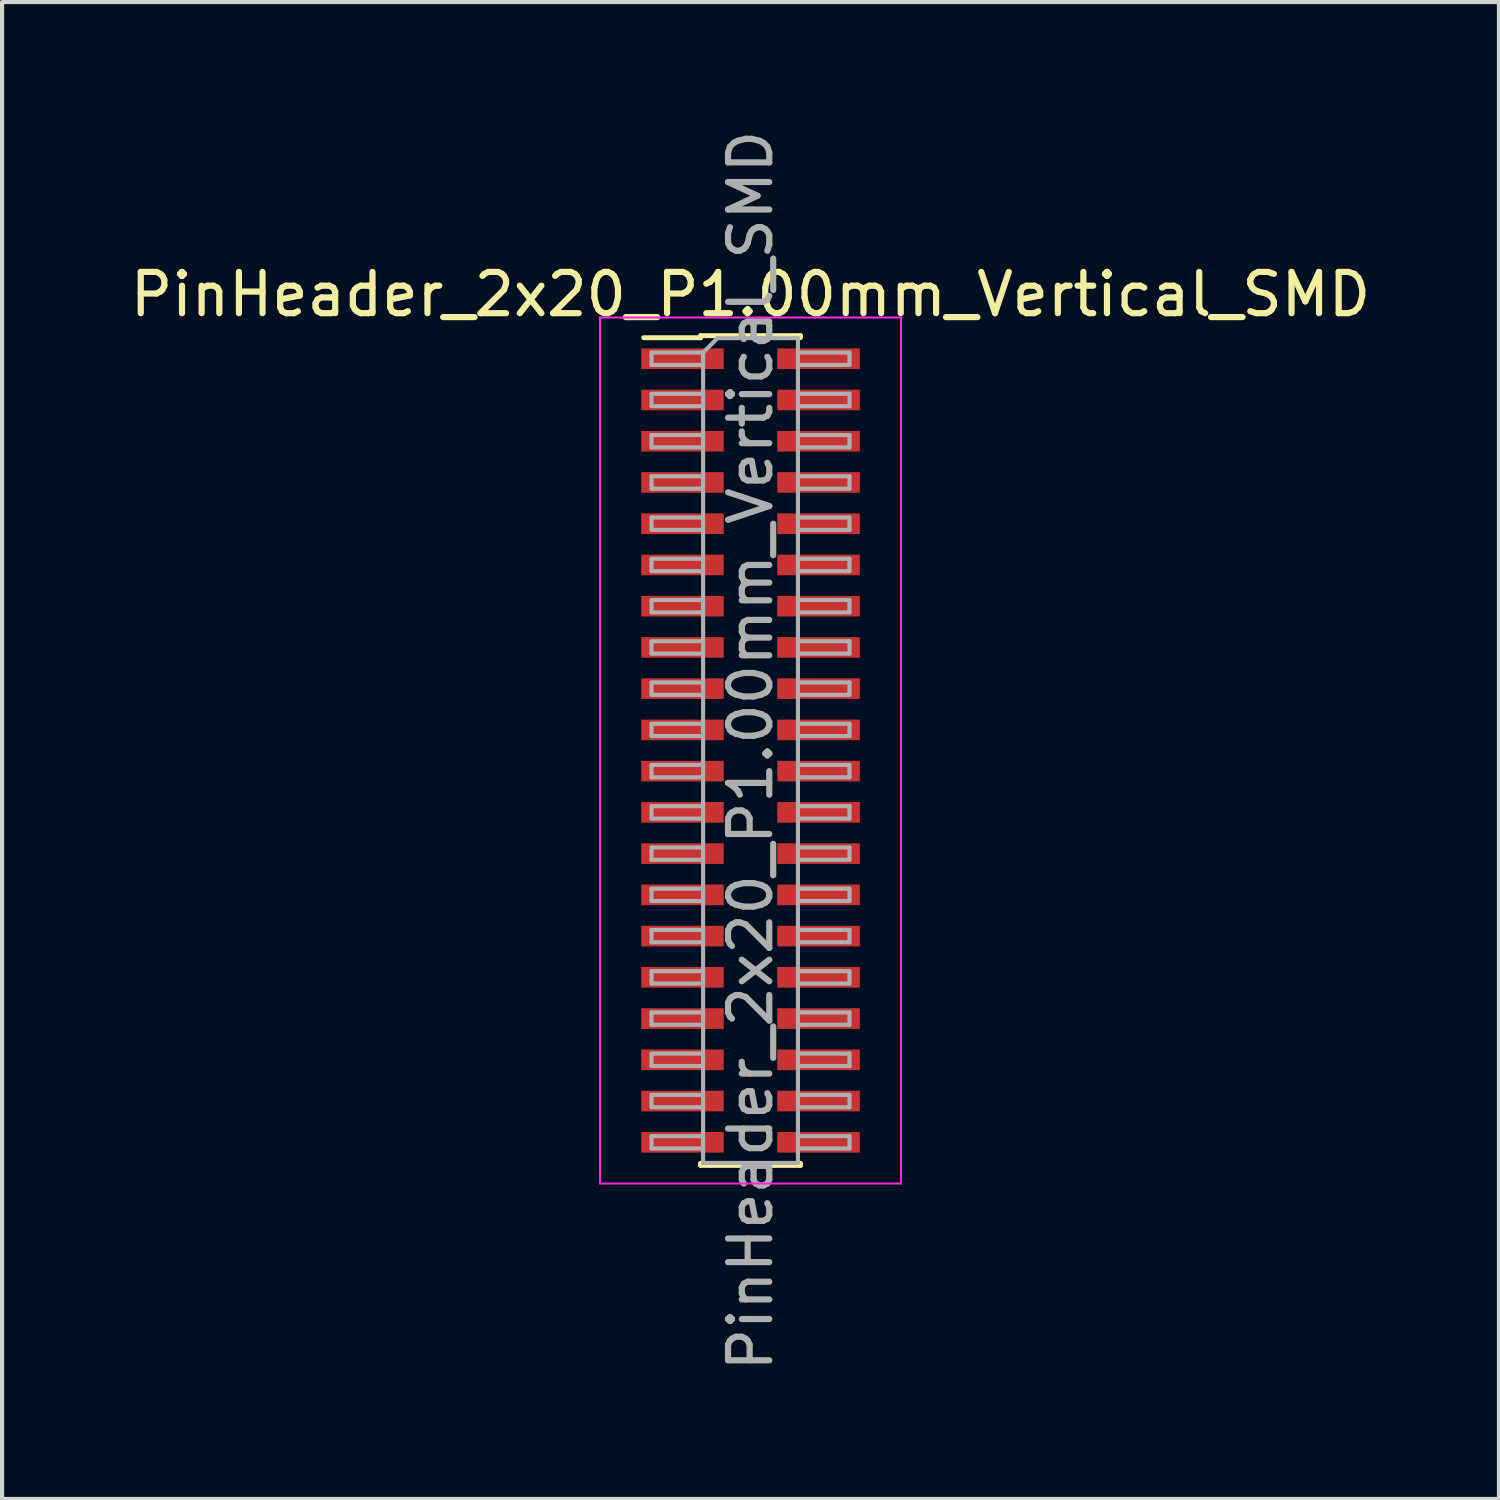
<source format=kicad_pcb>
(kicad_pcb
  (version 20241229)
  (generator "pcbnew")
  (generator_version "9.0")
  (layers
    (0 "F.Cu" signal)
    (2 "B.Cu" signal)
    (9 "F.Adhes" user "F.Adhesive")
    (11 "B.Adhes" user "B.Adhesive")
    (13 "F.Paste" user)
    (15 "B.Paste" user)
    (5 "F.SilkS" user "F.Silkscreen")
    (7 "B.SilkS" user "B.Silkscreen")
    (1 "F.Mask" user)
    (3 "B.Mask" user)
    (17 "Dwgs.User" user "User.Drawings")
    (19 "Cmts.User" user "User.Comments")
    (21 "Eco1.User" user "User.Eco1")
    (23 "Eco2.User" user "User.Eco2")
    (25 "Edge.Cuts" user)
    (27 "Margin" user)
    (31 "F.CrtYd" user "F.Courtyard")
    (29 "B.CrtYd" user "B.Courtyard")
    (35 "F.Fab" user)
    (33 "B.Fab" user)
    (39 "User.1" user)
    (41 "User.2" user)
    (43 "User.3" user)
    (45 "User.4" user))
  (footprint "PinHeader_2x20_P1.00mm_Vertical_SMD"
    (layer "F.Cu")
    (at 15.149 15.149)
    (property "Reference" "PinHeader_2x20_P1.00mm_Vertical_SMD" (at 0 -11.06 0) (layer "F.SilkS") (effects (font (size 1 1) (thickness 0.15))))
    (attr smd)
    (fp_line (start -2.59 -10.01) (end -1.21 -10.01) (stroke (width 0.12) (type solid)) (layer "F.SilkS"))
    (fp_line (start -1.21 -10.06) (end -1.21 -10.01) (stroke (width 0.12) (type solid)) (layer "F.SilkS"))
    (fp_line (start -1.21 -10.06) (end 1.21 -10.06) (stroke (width 0.12) (type solid)) (layer "F.SilkS"))
    (fp_line (start -1.21 10.01) (end -1.21 10.06) (stroke (width 0.12) (type solid)) (layer "F.SilkS"))
    (fp_line (start -1.21 10.06) (end 1.21 10.06) (stroke (width 0.12) (type solid)) (layer "F.SilkS"))
    (fp_line (start 1.21 -10.06) (end 1.21 -10.01) (stroke (width 0.12) (type solid)) (layer "F.SilkS"))
    (fp_line (start 1.21 10.01) (end 1.21 10.06) (stroke (width 0.12) (type solid)) (layer "F.SilkS"))
    (fp_line (start -3.65 -10.5) (end -3.65 10.5) (stroke (width 0.05) (type solid)) (layer "F.CrtYd"))
    (fp_line (start -3.65 10.5) (end 3.65 10.5) (stroke (width 0.05) (type solid)) (layer "F.CrtYd"))
    (fp_line (start 3.65 -10.5) (end -3.65 -10.5) (stroke (width 0.05) (type solid)) (layer "F.CrtYd"))
    (fp_line (start 3.65 10.5) (end 3.65 -10.5) (stroke (width 0.05) (type solid)) (layer "F.CrtYd"))
    (fp_line (start -2.4 -9.65) (end -2.4 -9.35) (stroke (width 0.1) (type solid)) (layer "F.Fab"))
    (fp_line (start -2.4 -9.35) (end -1.15 -9.35) (stroke (width 0.1) (type solid)) (layer "F.Fab"))
    (fp_line (start -2.4 -8.65) (end -2.4 -8.35) (stroke (width 0.1) (type solid)) (layer "F.Fab"))
    (fp_line (start -2.4 -8.35) (end -1.15 -8.35) (stroke (width 0.1) (type solid)) (layer "F.Fab"))
    (fp_line (start -2.4 -7.65) (end -2.4 -7.35) (stroke (width 0.1) (type solid)) (layer "F.Fab"))
    (fp_line (start -2.4 -7.35) (end -1.15 -7.35) (stroke (width 0.1) (type solid)) (layer "F.Fab"))
    (fp_line (start -2.4 -6.65) (end -2.4 -6.35) (stroke (width 0.1) (type solid)) (layer "F.Fab"))
    (fp_line (start -2.4 -6.35) (end -1.15 -6.35) (stroke (width 0.1) (type solid)) (layer "F.Fab"))
    (fp_line (start -2.4 -5.65) (end -2.4 -5.35) (stroke (width 0.1) (type solid)) (layer "F.Fab"))
    (fp_line (start -2.4 -5.35) (end -1.15 -5.35) (stroke (width 0.1) (type solid)) (layer "F.Fab"))
    (fp_line (start -2.4 -4.65) (end -2.4 -4.35) (stroke (width 0.1) (type solid)) (layer "F.Fab"))
    (fp_line (start -2.4 -4.35) (end -1.15 -4.35) (stroke (width 0.1) (type solid)) (layer "F.Fab"))
    (fp_line (start -2.4 -3.65) (end -2.4 -3.35) (stroke (width 0.1) (type solid)) (layer "F.Fab"))
    (fp_line (start -2.4 -3.35) (end -1.15 -3.35) (stroke (width 0.1) (type solid)) (layer "F.Fab"))
    (fp_line (start -2.4 -2.65) (end -2.4 -2.35) (stroke (width 0.1) (type solid)) (layer "F.Fab"))
    (fp_line (start -2.4 -2.35) (end -1.15 -2.35) (stroke (width 0.1) (type solid)) (layer "F.Fab"))
    (fp_line (start -2.4 -1.65) (end -2.4 -1.35) (stroke (width 0.1) (type solid)) (layer "F.Fab"))
    (fp_line (start -2.4 -1.35) (end -1.15 -1.35) (stroke (width 0.1) (type solid)) (layer "F.Fab"))
    (fp_line (start -2.4 -0.65) (end -2.4 -0.35) (stroke (width 0.1) (type solid)) (layer "F.Fab"))
    (fp_line (start -2.4 -0.35) (end -1.15 -0.35) (stroke (width 0.1) (type solid)) (layer "F.Fab"))
    (fp_line (start -2.4 0.35) (end -2.4 0.65) (stroke (width 0.1) (type solid)) (layer "F.Fab"))
    (fp_line (start -2.4 0.65) (end -1.15 0.65) (stroke (width 0.1) (type solid)) (layer "F.Fab"))
    (fp_line (start -2.4 1.35) (end -2.4 1.65) (stroke (width 0.1) (type solid)) (layer "F.Fab"))
    (fp_line (start -2.4 1.65) (end -1.15 1.65) (stroke (width 0.1) (type solid)) (layer "F.Fab"))
    (fp_line (start -2.4 2.35) (end -2.4 2.65) (stroke (width 0.1) (type solid)) (layer "F.Fab"))
    (fp_line (start -2.4 2.65) (end -1.15 2.65) (stroke (width 0.1) (type solid)) (layer "F.Fab"))
    (fp_line (start -2.4 3.35) (end -2.4 3.65) (stroke (width 0.1) (type solid)) (layer "F.Fab"))
    (fp_line (start -2.4 3.65) (end -1.15 3.65) (stroke (width 0.1) (type solid)) (layer "F.Fab"))
    (fp_line (start -2.4 4.35) (end -2.4 4.65) (stroke (width 0.1) (type solid)) (layer "F.Fab"))
    (fp_line (start -2.4 4.65) (end -1.15 4.65) (stroke (width 0.1) (type solid)) (layer "F.Fab"))
    (fp_line (start -2.4 5.35) (end -2.4 5.65) (stroke (width 0.1) (type solid)) (layer "F.Fab"))
    (fp_line (start -2.4 5.65) (end -1.15 5.65) (stroke (width 0.1) (type solid)) (layer "F.Fab"))
    (fp_line (start -2.4 6.35) (end -2.4 6.65) (stroke (width 0.1) (type solid)) (layer "F.Fab"))
    (fp_line (start -2.4 6.65) (end -1.15 6.65) (stroke (width 0.1) (type solid)) (layer "F.Fab"))
    (fp_line (start -2.4 7.35) (end -2.4 7.65) (stroke (width 0.1) (type solid)) (layer "F.Fab"))
    (fp_line (start -2.4 7.65) (end -1.15 7.65) (stroke (width 0.1) (type solid)) (layer "F.Fab"))
    (fp_line (start -2.4 8.35) (end -2.4 8.65) (stroke (width 0.1) (type solid)) (layer "F.Fab"))
    (fp_line (start -2.4 8.65) (end -1.15 8.65) (stroke (width 0.1) (type solid)) (layer "F.Fab"))
    (fp_line (start -2.4 9.35) (end -2.4 9.65) (stroke (width 0.1) (type solid)) (layer "F.Fab"))
    (fp_line (start -2.4 9.65) (end -1.15 9.65) (stroke (width 0.1) (type solid)) (layer "F.Fab"))
    (fp_line (start -1.15 -9.65) (end -2.4 -9.65) (stroke (width 0.1) (type solid)) (layer "F.Fab"))
    (fp_line (start -1.15 -9.65) (end -0.8 -10) (stroke (width 0.1) (type solid)) (layer "F.Fab"))
    (fp_line (start -1.15 -8.65) (end -2.4 -8.65) (stroke (width 0.1) (type solid)) (layer "F.Fab"))
    (fp_line (start -1.15 -7.65) (end -2.4 -7.65) (stroke (width 0.1) (type solid)) (layer "F.Fab"))
    (fp_line (start -1.15 -6.65) (end -2.4 -6.65) (stroke (width 0.1) (type solid)) (layer "F.Fab"))
    (fp_line (start -1.15 -5.65) (end -2.4 -5.65) (stroke (width 0.1) (type solid)) (layer "F.Fab"))
    (fp_line (start -1.15 -4.65) (end -2.4 -4.65) (stroke (width 0.1) (type solid)) (layer "F.Fab"))
    (fp_line (start -1.15 -3.65) (end -2.4 -3.65) (stroke (width 0.1) (type solid)) (layer "F.Fab"))
    (fp_line (start -1.15 -2.65) (end -2.4 -2.65) (stroke (width 0.1) (type solid)) (layer "F.Fab"))
    (fp_line (start -1.15 -1.65) (end -2.4 -1.65) (stroke (width 0.1) (type solid)) (layer "F.Fab"))
    (fp_line (start -1.15 -0.65) (end -2.4 -0.65) (stroke (width 0.1) (type solid)) (layer "F.Fab"))
    (fp_line (start -1.15 0.35) (end -2.4 0.35) (stroke (width 0.1) (type solid)) (layer "F.Fab"))
    (fp_line (start -1.15 1.35) (end -2.4 1.35) (stroke (width 0.1) (type solid)) (layer "F.Fab"))
    (fp_line (start -1.15 2.35) (end -2.4 2.35) (stroke (width 0.1) (type solid)) (layer "F.Fab"))
    (fp_line (start -1.15 3.35) (end -2.4 3.35) (stroke (width 0.1) (type solid)) (layer "F.Fab"))
    (fp_line (start -1.15 4.35) (end -2.4 4.35) (stroke (width 0.1) (type solid)) (layer "F.Fab"))
    (fp_line (start -1.15 5.35) (end -2.4 5.35) (stroke (width 0.1) (type solid)) (layer "F.Fab"))
    (fp_line (start -1.15 6.35) (end -2.4 6.35) (stroke (width 0.1) (type solid)) (layer "F.Fab"))
    (fp_line (start -1.15 7.35) (end -2.4 7.35) (stroke (width 0.1) (type solid)) (layer "F.Fab"))
    (fp_line (start -1.15 8.35) (end -2.4 8.35) (stroke (width 0.1) (type solid)) (layer "F.Fab"))
    (fp_line (start -1.15 9.35) (end -2.4 9.35) (stroke (width 0.1) (type solid)) (layer "F.Fab"))
    (fp_line (start -1.15 10) (end -1.15 -9.65) (stroke (width 0.1) (type solid)) (layer "F.Fab"))
    (fp_line (start -0.8 -10) (end 1.15 -10) (stroke (width 0.1) (type solid)) (layer "F.Fab"))
    (fp_line (start 1.15 -10) (end 1.15 10) (stroke (width 0.1) (type solid)) (layer "F.Fab"))
    (fp_line (start 1.15 -9.65) (end 2.4 -9.65) (stroke (width 0.1) (type solid)) (layer "F.Fab"))
    (fp_line (start 1.15 -8.65) (end 2.4 -8.65) (stroke (width 0.1) (type solid)) (layer "F.Fab"))
    (fp_line (start 1.15 -7.65) (end 2.4 -7.65) (stroke (width 0.1) (type solid)) (layer "F.Fab"))
    (fp_line (start 1.15 -6.65) (end 2.4 -6.65) (stroke (width 0.1) (type solid)) (layer "F.Fab"))
    (fp_line (start 1.15 -5.65) (end 2.4 -5.65) (stroke (width 0.1) (type solid)) (layer "F.Fab"))
    (fp_line (start 1.15 -4.65) (end 2.4 -4.65) (stroke (width 0.1) (type solid)) (layer "F.Fab"))
    (fp_line (start 1.15 -3.65) (end 2.4 -3.65) (stroke (width 0.1) (type solid)) (layer "F.Fab"))
    (fp_line (start 1.15 -2.65) (end 2.4 -2.65) (stroke (width 0.1) (type solid)) (layer "F.Fab"))
    (fp_line (start 1.15 -1.65) (end 2.4 -1.65) (stroke (width 0.1) (type solid)) (layer "F.Fab"))
    (fp_line (start 1.15 -0.65) (end 2.4 -0.65) (stroke (width 0.1) (type solid)) (layer "F.Fab"))
    (fp_line (start 1.15 0.35) (end 2.4 0.35) (stroke (width 0.1) (type solid)) (layer "F.Fab"))
    (fp_line (start 1.15 1.35) (end 2.4 1.35) (stroke (width 0.1) (type solid)) (layer "F.Fab"))
    (fp_line (start 1.15 2.35) (end 2.4 2.35) (stroke (width 0.1) (type solid)) (layer "F.Fab"))
    (fp_line (start 1.15 3.35) (end 2.4 3.35) (stroke (width 0.1) (type solid)) (layer "F.Fab"))
    (fp_line (start 1.15 4.35) (end 2.4 4.35) (stroke (width 0.1) (type solid)) (layer "F.Fab"))
    (fp_line (start 1.15 5.35) (end 2.4 5.35) (stroke (width 0.1) (type solid)) (layer "F.Fab"))
    (fp_line (start 1.15 6.35) (end 2.4 6.35) (stroke (width 0.1) (type solid)) (layer "F.Fab"))
    (fp_line (start 1.15 7.35) (end 2.4 7.35) (stroke (width 0.1) (type solid)) (layer "F.Fab"))
    (fp_line (start 1.15 8.35) (end 2.4 8.35) (stroke (width 0.1) (type solid)) (layer "F.Fab"))
    (fp_line (start 1.15 9.35) (end 2.4 9.35) (stroke (width 0.1) (type solid)) (layer "F.Fab"))
    (fp_line (start 1.15 10) (end -1.15 10) (stroke (width 0.1) (type solid)) (layer "F.Fab"))
    (fp_line (start 2.4 -9.65) (end 2.4 -9.35) (stroke (width 0.1) (type solid)) (layer "F.Fab"))
    (fp_line (start 2.4 -9.35) (end 1.15 -9.35) (stroke (width 0.1) (type solid)) (layer "F.Fab"))
    (fp_line (start 2.4 -8.65) (end 2.4 -8.35) (stroke (width 0.1) (type solid)) (layer "F.Fab"))
    (fp_line (start 2.4 -8.35) (end 1.15 -8.35) (stroke (width 0.1) (type solid)) (layer "F.Fab"))
    (fp_line (start 2.4 -7.65) (end 2.4 -7.35) (stroke (width 0.1) (type solid)) (layer "F.Fab"))
    (fp_line (start 2.4 -7.35) (end 1.15 -7.35) (stroke (width 0.1) (type solid)) (layer "F.Fab"))
    (fp_line (start 2.4 -6.65) (end 2.4 -6.35) (stroke (width 0.1) (type solid)) (layer "F.Fab"))
    (fp_line (start 2.4 -6.35) (end 1.15 -6.35) (stroke (width 0.1) (type solid)) (layer "F.Fab"))
    (fp_line (start 2.4 -5.65) (end 2.4 -5.35) (stroke (width 0.1) (type solid)) (layer "F.Fab"))
    (fp_line (start 2.4 -5.35) (end 1.15 -5.35) (stroke (width 0.1) (type solid)) (layer "F.Fab"))
    (fp_line (start 2.4 -4.65) (end 2.4 -4.35) (stroke (width 0.1) (type solid)) (layer "F.Fab"))
    (fp_line (start 2.4 -4.35) (end 1.15 -4.35) (stroke (width 0.1) (type solid)) (layer "F.Fab"))
    (fp_line (start 2.4 -3.65) (end 2.4 -3.35) (stroke (width 0.1) (type solid)) (layer "F.Fab"))
    (fp_line (start 2.4 -3.35) (end 1.15 -3.35) (stroke (width 0.1) (type solid)) (layer "F.Fab"))
    (fp_line (start 2.4 -2.65) (end 2.4 -2.35) (stroke (width 0.1) (type solid)) (layer "F.Fab"))
    (fp_line (start 2.4 -2.35) (end 1.15 -2.35) (stroke (width 0.1) (type solid)) (layer "F.Fab"))
    (fp_line (start 2.4 -1.65) (end 2.4 -1.35) (stroke (width 0.1) (type solid)) (layer "F.Fab"))
    (fp_line (start 2.4 -1.35) (end 1.15 -1.35) (stroke (width 0.1) (type solid)) (layer "F.Fab"))
    (fp_line (start 2.4 -0.65) (end 2.4 -0.35) (stroke (width 0.1) (type solid)) (layer "F.Fab"))
    (fp_line (start 2.4 -0.35) (end 1.15 -0.35) (stroke (width 0.1) (type solid)) (layer "F.Fab"))
    (fp_line (start 2.4 0.35) (end 2.4 0.65) (stroke (width 0.1) (type solid)) (layer "F.Fab"))
    (fp_line (start 2.4 0.65) (end 1.15 0.65) (stroke (width 0.1) (type solid)) (layer "F.Fab"))
    (fp_line (start 2.4 1.35) (end 2.4 1.65) (stroke (width 0.1) (type solid)) (layer "F.Fab"))
    (fp_line (start 2.4 1.65) (end 1.15 1.65) (stroke (width 0.1) (type solid)) (layer "F.Fab"))
    (fp_line (start 2.4 2.35) (end 2.4 2.65) (stroke (width 0.1) (type solid)) (layer "F.Fab"))
    (fp_line (start 2.4 2.65) (end 1.15 2.65) (stroke (width 0.1) (type solid)) (layer "F.Fab"))
    (fp_line (start 2.4 3.35) (end 2.4 3.65) (stroke (width 0.1) (type solid)) (layer "F.Fab"))
    (fp_line (start 2.4 3.65) (end 1.15 3.65) (stroke (width 0.1) (type solid)) (layer "F.Fab"))
    (fp_line (start 2.4 4.35) (end 2.4 4.65) (stroke (width 0.1) (type solid)) (layer "F.Fab"))
    (fp_line (start 2.4 4.65) (end 1.15 4.65) (stroke (width 0.1) (type solid)) (layer "F.Fab"))
    (fp_line (start 2.4 5.35) (end 2.4 5.65) (stroke (width 0.1) (type solid)) (layer "F.Fab"))
    (fp_line (start 2.4 5.65) (end 1.15 5.65) (stroke (width 0.1) (type solid)) (layer "F.Fab"))
    (fp_line (start 2.4 6.35) (end 2.4 6.65) (stroke (width 0.1) (type solid)) (layer "F.Fab"))
    (fp_line (start 2.4 6.65) (end 1.15 6.65) (stroke (width 0.1) (type solid)) (layer "F.Fab"))
    (fp_line (start 2.4 7.35) (end 2.4 7.65) (stroke (width 0.1) (type solid)) (layer "F.Fab"))
    (fp_line (start 2.4 7.65) (end 1.15 7.65) (stroke (width 0.1) (type solid)) (layer "F.Fab"))
    (fp_line (start 2.4 8.35) (end 2.4 8.65) (stroke (width 0.1) (type solid)) (layer "F.Fab"))
    (fp_line (start 2.4 8.65) (end 1.15 8.65) (stroke (width 0.1) (type solid)) (layer "F.Fab"))
    (fp_line (start 2.4 9.35) (end 2.4 9.65) (stroke (width 0.1) (type solid)) (layer "F.Fab"))
    (fp_line (start 2.4 9.65) (end 1.15 9.65) (stroke (width 0.1) (type solid)) (layer "F.Fab"))
    (fp_text user "${REFERENCE}" (at 0 0 90) (layer "F.Fab") (effects (font (size 1 1) (thickness 0.15))))
    (pad "1" smd rect (at -1.65 -9.5) (size 2 0.5) (layers "F.Cu" "F.Mask" "F.Paste"))
    (pad "2" smd rect (at 1.65 -9.5) (size 2 0.5) (layers "F.Cu" "F.Mask" "F.Paste"))
    (pad "3" smd rect (at -1.65 -8.5) (size 2 0.5) (layers "F.Cu" "F.Mask" "F.Paste"))
    (pad "4" smd rect (at 1.65 -8.5) (size 2 0.5) (layers "F.Cu" "F.Mask" "F.Paste"))
    (pad "5" smd rect (at -1.65 -7.5) (size 2 0.5) (layers "F.Cu" "F.Mask" "F.Paste"))
    (pad "6" smd rect (at 1.65 -7.5) (size 2 0.5) (layers "F.Cu" "F.Mask" "F.Paste"))
    (pad "7" smd rect (at -1.65 -6.5) (size 2 0.5) (layers "F.Cu" "F.Mask" "F.Paste"))
    (pad "8" smd rect (at 1.65 -6.5) (size 2 0.5) (layers "F.Cu" "F.Mask" "F.Paste"))
    (pad "9" smd rect (at -1.65 -5.5) (size 2 0.5) (layers "F.Cu" "F.Mask" "F.Paste"))
    (pad "10" smd rect (at 1.65 -5.5) (size 2 0.5) (layers "F.Cu" "F.Mask" "F.Paste"))
    (pad "11" smd rect (at -1.65 -4.5) (size 2 0.5) (layers "F.Cu" "F.Mask" "F.Paste"))
    (pad "12" smd rect (at 1.65 -4.5) (size 2 0.5) (layers "F.Cu" "F.Mask" "F.Paste"))
    (pad "13" smd rect (at -1.65 -3.5) (size 2 0.5) (layers "F.Cu" "F.Mask" "F.Paste"))
    (pad "14" smd rect (at 1.65 -3.5) (size 2 0.5) (layers "F.Cu" "F.Mask" "F.Paste"))
    (pad "15" smd rect (at -1.65 -2.5) (size 2 0.5) (layers "F.Cu" "F.Mask" "F.Paste"))
    (pad "16" smd rect (at 1.65 -2.5) (size 2 0.5) (layers "F.Cu" "F.Mask" "F.Paste"))
    (pad "17" smd rect (at -1.65 -1.5) (size 2 0.5) (layers "F.Cu" "F.Mask" "F.Paste"))
    (pad "18" smd rect (at 1.65 -1.5) (size 2 0.5) (layers "F.Cu" "F.Mask" "F.Paste"))
    (pad "19" smd rect (at -1.65 -0.5) (size 2 0.5) (layers "F.Cu" "F.Mask" "F.Paste"))
    (pad "20" smd rect (at 1.65 -0.5) (size 2 0.5) (layers "F.Cu" "F.Mask" "F.Paste"))
    (pad "21" smd rect (at -1.65 0.5) (size 2 0.5) (layers "F.Cu" "F.Mask" "F.Paste"))
    (pad "22" smd rect (at 1.65 0.5) (size 2 0.5) (layers "F.Cu" "F.Mask" "F.Paste"))
    (pad "23" smd rect (at -1.65 1.5) (size 2 0.5) (layers "F.Cu" "F.Mask" "F.Paste"))
    (pad "24" smd rect (at 1.65 1.5) (size 2 0.5) (layers "F.Cu" "F.Mask" "F.Paste"))
    (pad "25" smd rect (at -1.65 2.5) (size 2 0.5) (layers "F.Cu" "F.Mask" "F.Paste"))
    (pad "26" smd rect (at 1.65 2.5) (size 2 0.5) (layers "F.Cu" "F.Mask" "F.Paste"))
    (pad "27" smd rect (at -1.65 3.5) (size 2 0.5) (layers "F.Cu" "F.Mask" "F.Paste"))
    (pad "28" smd rect (at 1.65 3.5) (size 2 0.5) (layers "F.Cu" "F.Mask" "F.Paste"))
    (pad "29" smd rect (at -1.65 4.5) (size 2 0.5) (layers "F.Cu" "F.Mask" "F.Paste"))
    (pad "30" smd rect (at 1.65 4.5) (size 2 0.5) (layers "F.Cu" "F.Mask" "F.Paste"))
    (pad "31" smd rect (at -1.65 5.5) (size 2 0.5) (layers "F.Cu" "F.Mask" "F.Paste"))
    (pad "32" smd rect (at 1.65 5.5) (size 2 0.5) (layers "F.Cu" "F.Mask" "F.Paste"))
    (pad "33" smd rect (at -1.65 6.5) (size 2 0.5) (layers "F.Cu" "F.Mask" "F.Paste"))
    (pad "34" smd rect (at 1.65 6.5) (size 2 0.5) (layers "F.Cu" "F.Mask" "F.Paste"))
    (pad "35" smd rect (at -1.65 7.5) (size 2 0.5) (layers "F.Cu" "F.Mask" "F.Paste"))
    (pad "36" smd rect (at 1.65 7.5) (size 2 0.5) (layers "F.Cu" "F.Mask" "F.Paste"))
    (pad "37" smd rect (at -1.65 8.5) (size 2 0.5) (layers "F.Cu" "F.Mask" "F.Paste"))
    (pad "38" smd rect (at 1.65 8.5) (size 2 0.5) (layers "F.Cu" "F.Mask" "F.Paste"))
    (pad "39" smd rect (at -1.65 9.5) (size 2 0.5) (layers "F.Cu" "F.Mask" "F.Paste"))
    (pad "40" smd rect (at 1.65 9.5) (size 2 0.5) (layers "F.Cu" "F.Mask" "F.Paste")))
  (gr_rect
    (start -3 -3)
    (end 33.298 33.298)
    (stroke (width 0.1) (type default))
    (fill no)
    (layer "Edge.Cuts")))
</source>
